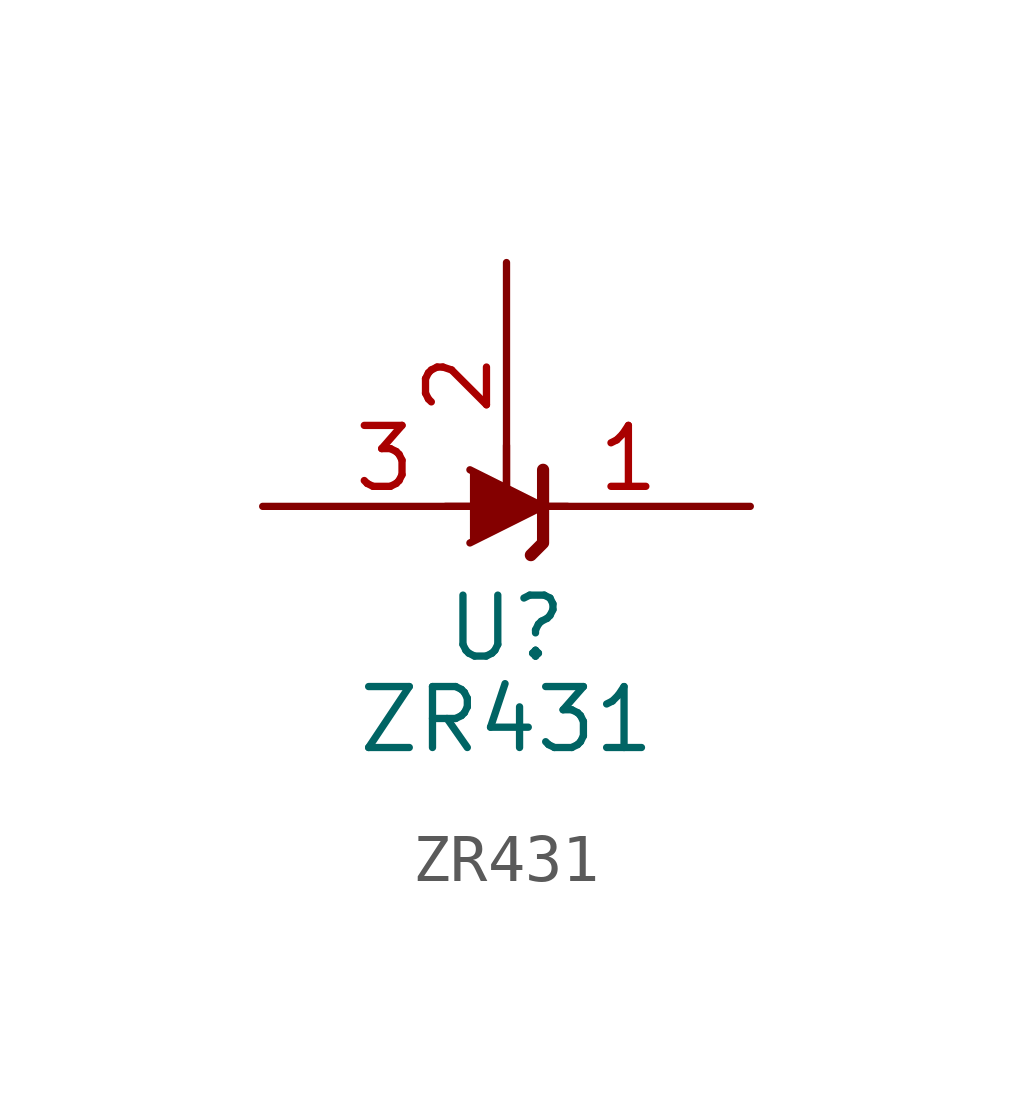
<source format=kicad_sym>
(kicad_symbol_lib
  (version 20231120)
  (generator "kicad_symbol_editor")
  (generator_version "8.0")
  (symbol "ZR431"
    (pin_names hide)
    (property "Reference" "U"
      (at 0 -2.54 0)
      (effects (font (size 1.27 1.27))))
    (property "Value" "ZR431"
      (at 0 -4.445 0)
      (effects (font (size 1.27 1.27))))
    (symbol "ZR431_0_1"
      (polyline (pts (xy -1.27 0) (xy 0 0) (xy 1.27 0)) (stroke (width 0) (type default)) (fill (type none)))
      (polyline (pts (xy -0.762 0.762) (xy 0.762 0) (xy -0.762 -0.762)) (stroke (width 0) (type default)) (fill (type outline)))
      (polyline (pts (xy 0.508 -1.016) (xy 0.762 -0.762) (xy 0.762 0.762) (xy 0.762 0.762)) (stroke (width 0.254) (type default)) (fill (type none))))
    (symbol "ZR431_1_1"
      (polyline (pts (xy 0 1.27) (xy 0 0)) (stroke (width 0) (type default)) (fill (type none)))
      (pin passive line (at 5.08 0 180) (length 5.08) (name "K" (effects (font (size 1.27 1.27)))) (number "1" (effects (font (size 1.27 1.27)))))
      (pin passive line (at 0 5.08 270) (length 5.08) (name "REF" (effects (font (size 1.27 1.27)))) (number "2" (effects (font (size 1.27 1.27)))))
      (pin passive line (at -5.08 0 0) (length 5.08) (name "A" (effects (font (size 1.27 1.27)))) (number "3" (effects (font (size 1.27 1.27))))))))
</source>
